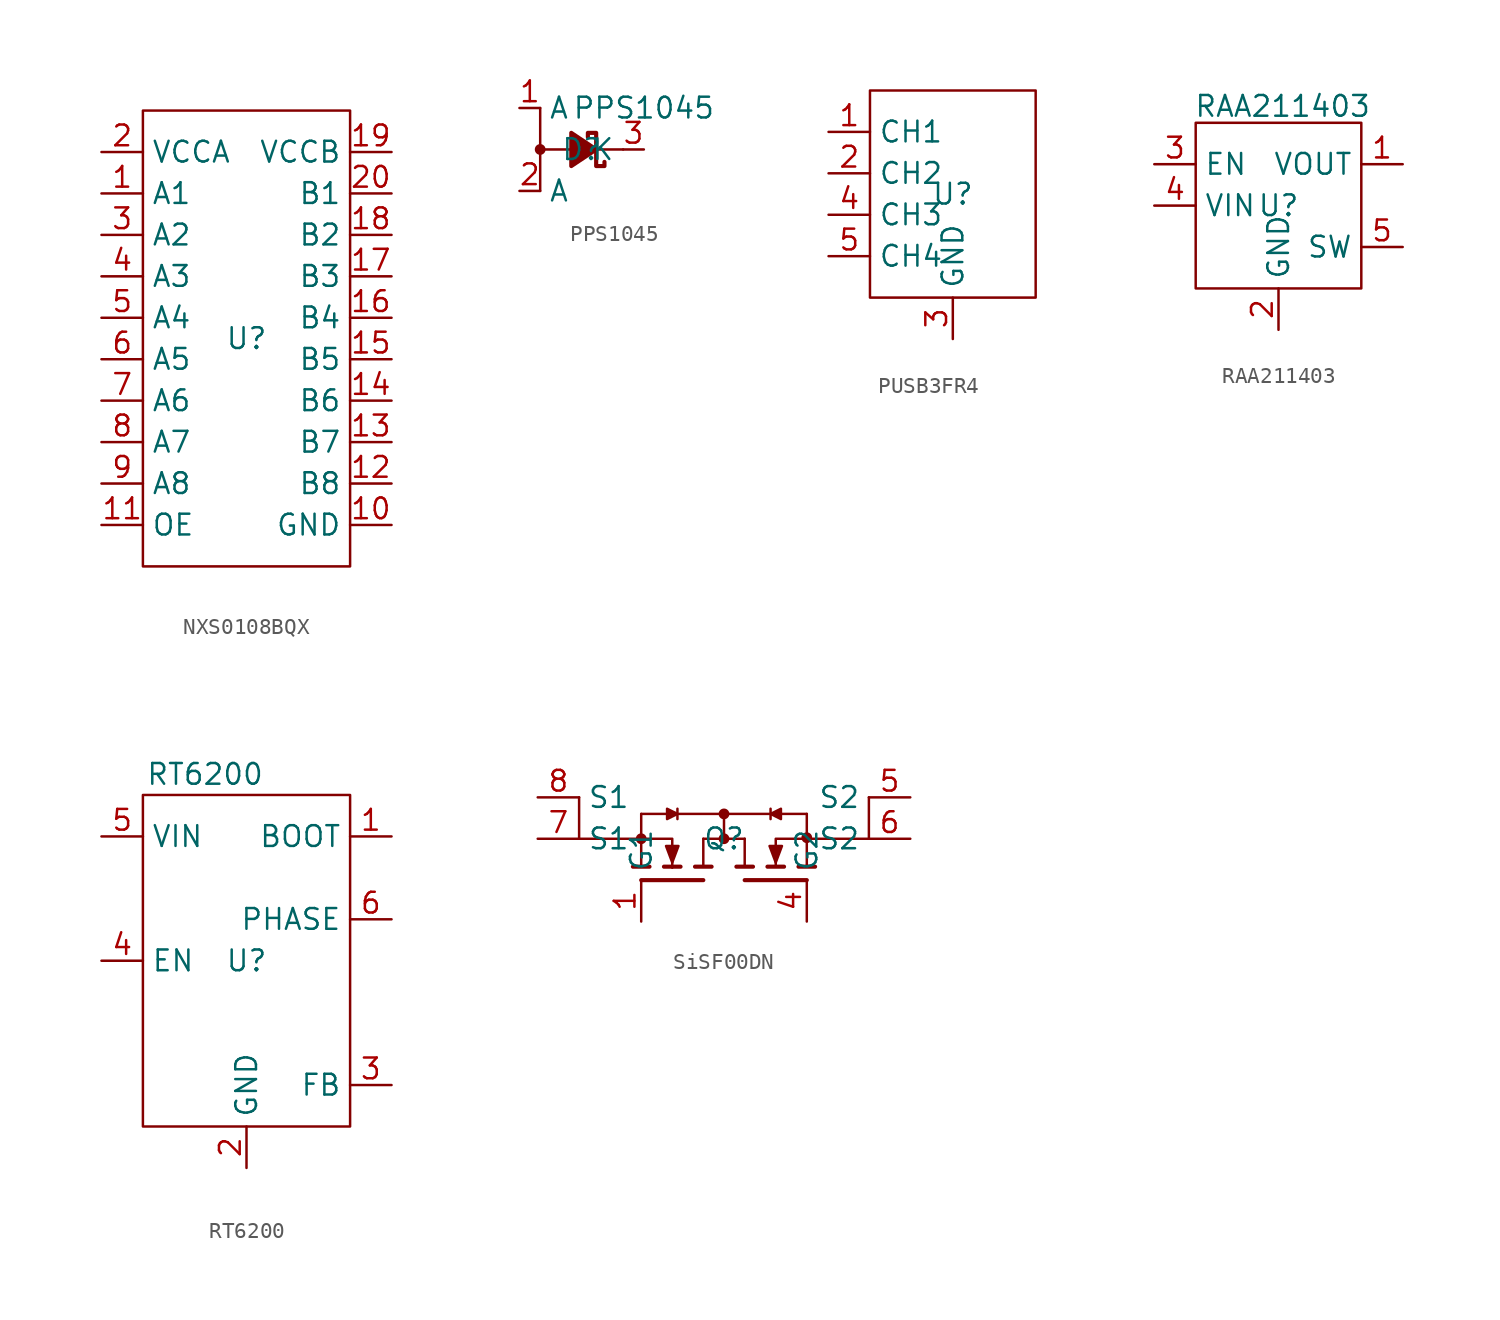
<source format=kicad_sym>
(kicad_symbol_lib
  (version 20231120)
  (generator "kicad_symbol_editor")
  (generator_version "8.0")
  (symbol "NXS0108BQX"
    (property "Reference" "U"
      (at 0 0 0)
      (effects (font (size 1.27 1.27))))
    (property "Value" ""
      (at 0 -1.27 0)
      (effects (font (size 1.27 1.27))))
    (symbol "NXS0108BQX_0_1"
      (rectangle (start -6.35 13.97) (end 6.35 -13.97) (stroke (width 0) (type default)) (fill (type none))))
    (symbol "NXS0108BQX_1_1"
      (pin input line (at -8.89 8.89 0) (length 2.54) (name "A1" (effects (font (size 1.27 1.27)))) (number "1" (effects (font (size 1.27 1.27)))))
      (pin input line (at 8.89 -11.43 180) (length 2.54) (name "GND" (effects (font (size 1.27 1.27)))) (number "10" (effects (font (size 1.27 1.27)))))
      (pin input line (at -8.89 -11.43 0) (length 2.54) (name "OE" (effects (font (size 1.27 1.27)))) (number "11" (effects (font (size 1.27 1.27)))))
      (pin input line (at 8.89 -8.89 180) (length 2.54) (name "B8" (effects (font (size 1.27 1.27)))) (number "12" (effects (font (size 1.27 1.27)))))
      (pin input line (at 8.89 -6.35 180) (length 2.54) (name "B7" (effects (font (size 1.27 1.27)))) (number "13" (effects (font (size 1.27 1.27)))))
      (pin input line (at 8.89 -3.81 180) (length 2.54) (name "B6" (effects (font (size 1.27 1.27)))) (number "14" (effects (font (size 1.27 1.27)))))
      (pin input line (at 8.89 -1.27 180) (length 2.54) (name "B5" (effects (font (size 1.27 1.27)))) (number "15" (effects (font (size 1.27 1.27)))))
      (pin input line (at 8.89 1.27 180) (length 2.54) (name "B4" (effects (font (size 1.27 1.27)))) (number "16" (effects (font (size 1.27 1.27)))))
      (pin input line (at 8.89 3.81 180) (length 2.54) (name "B3" (effects (font (size 1.27 1.27)))) (number "17" (effects (font (size 1.27 1.27)))))
      (pin input line (at 8.89 6.35 180) (length 2.54) (name "B2" (effects (font (size 1.27 1.27)))) (number "18" (effects (font (size 1.27 1.27)))))
      (pin input line (at 8.89 11.43 180) (length 2.54) (name "VCCB" (effects (font (size 1.27 1.27)))) (number "19" (effects (font (size 1.27 1.27)))))
      (pin input line (at -8.89 11.43 0) (length 2.54) (name "VCCA" (effects (font (size 1.27 1.27)))) (number "2" (effects (font (size 1.27 1.27)))))
      (pin input line (at 8.89 8.89 180) (length 2.54) (name "B1" (effects (font (size 1.27 1.27)))) (number "20" (effects (font (size 1.27 1.27)))))
      (pin input line (at -8.89 6.35 0) (length 2.54) (name "A2" (effects (font (size 1.27 1.27)))) (number "3" (effects (font (size 1.27 1.27)))))
      (pin input line (at -8.89 3.81 0) (length 2.54) (name "A3" (effects (font (size 1.27 1.27)))) (number "4" (effects (font (size 1.27 1.27)))))
      (pin input line (at -8.89 1.27 0) (length 2.54) (name "A4" (effects (font (size 1.27 1.27)))) (number "5" (effects (font (size 1.27 1.27)))))
      (pin input line (at -8.89 -1.27 0) (length 2.54) (name "A5" (effects (font (size 1.27 1.27)))) (number "6" (effects (font (size 1.27 1.27)))))
      (pin input line (at -8.89 -3.81 0) (length 2.54) (name "A6" (effects (font (size 1.27 1.27)))) (number "7" (effects (font (size 1.27 1.27)))))
      (pin input line (at -8.89 -6.35 0) (length 2.54) (name "A7" (effects (font (size 1.27 1.27)))) (number "8" (effects (font (size 1.27 1.27)))))
      (pin input line (at -8.89 -8.89 0) (length 2.54) (name "A8" (effects (font (size 1.27 1.27)))) (number "9" (effects (font (size 1.27 1.27)))))))
  (symbol "PPS1045"
    (property "Reference" "D"
      (at 0 0 0)
      (effects (font (size 1.27 1.27))))
    (property "Value" "PPS1045"
      (at 3.81 2.54 0)
      (effects (font (size 1.27 1.27))))
    (symbol "PPS1045_0_1"
      (polyline (pts (xy 0.889 0) (xy -0.635 0)) (stroke (width 0) (type default)) (fill (type none)))
      (polyline (pts (xy 2.54 0) (xy 0 0)) (stroke (width 0) (type default)) (fill (type none)))
      (polyline (pts (xy -2.54 -2.54) (xy -2.54 2.54) (xy -2.54 0) (xy 0 0)) (stroke (width 0) (type default)) (fill (type none)))
      (polyline (pts (xy -0.635 1.016) (xy 0.889 0) (xy -0.635 -1.016) (xy -0.635 1.016)) (stroke (width 0.254) (type default)) (fill (type outline)))
      (polyline (pts (xy 1.397 -0.762) (xy 1.397 -1.016) (xy 0.889 -1.016) (xy 0.889 1.016) (xy 0.381 1.016) (xy 0.381 0.762)) (stroke (width 0.254) (type default)) (fill (type none))))
    (symbol "PPS1045_1_1"
      (circle (center -2.54 0) (radius 0.254) (stroke (width 0) (type default)) (fill (type outline)))
      (pin passive line (at -3.81 2.54 0) (length 1.27) (name "A" (effects (font (size 1.27 1.27)))) (number "1" (effects (font (size 1.27 1.27)))))
      (pin passive line (at -3.81 -2.54 0) (length 1.27) (name "A" (effects (font (size 1.27 1.27)))) (number "2" (effects (font (size 1.27 1.27)))))
      (pin passive line (at 3.81 0 180) (length 1.27) (name "K" (effects (font (size 1.27 1.27)))) (number "3" (effects (font (size 1.27 1.27)))))))
  (symbol "PUSB3FR4"
    (property "Reference" "U"
      (at 0 0 0)
      (effects (font (size 1.27 1.27))))
    (property "Value" ""
      (at -2.54 2.54 0)
      (effects (font (size 1.27 1.27))))
    (symbol "PUSB3FR4_0_1"
      (rectangle (start -5.08 6.35) (end 5.08 -6.35) (stroke (width 0) (type default)) (fill (type none))))
    (symbol "PUSB3FR4_1_1"
      (pin input line (at -7.62 3.81 0) (length 2.54) (name "CH1" (effects (font (size 1.27 1.27)))) (number "1" (effects (font (size 1.27 1.27)))))
      (pin no_connect line (at -7.62 3.81 0) (length 2.54) hide (name "NC" (effects (font (size 1.27 1.27)))) (number "10" (effects (font (size 1.27 1.27)))))
      (pin input line (at -7.62 1.27 0) (length 2.54) (name "CH2" (effects (font (size 1.27 1.27)))) (number "2" (effects (font (size 1.27 1.27)))))
      (pin input line (at 0 -8.89 90) (length 2.54) (name "GND" (effects (font (size 1.27 1.27)))) (number "3" (effects (font (size 1.27 1.27)))))
      (pin input line (at -7.62 -1.27 0) (length 2.54) (name "CH3" (effects (font (size 1.27 1.27)))) (number "4" (effects (font (size 1.27 1.27)))))
      (pin input line (at -7.62 -3.81 0) (length 2.54) (name "CH4" (effects (font (size 1.27 1.27)))) (number "5" (effects (font (size 1.27 1.27)))))
      (pin no_connect line (at -7.62 -3.81 0) (length 2.54) hide (name "NC" (effects (font (size 1.27 1.27)))) (number "6" (effects (font (size 1.27 1.27)))))
      (pin no_connect line (at -7.62 -1.27 0) (length 2.54) hide (name "NC" (effects (font (size 1.27 1.27)))) (number "7" (effects (font (size 1.27 1.27)))))
      (pin input line (at 0 -8.89 90) (length 2.54) hide (name "GND" (effects (font (size 1.27 1.27)))) (number "8" (effects (font (size 1.27 1.27)))))
      (pin no_connect line (at -7.62 1.27 0) (length 2.54) hide (name "NC" (effects (font (size 1.27 1.27)))) (number "9" (effects (font (size 1.27 1.27)))))))
  (symbol "RAA211403"
    (property "Reference" "U"
      (at 0 0 0)
      (effects (font (size 1.27 1.27))))
    (property "Value" "RAA211403"
      (at 0.254 6.096 0)
      (effects (font (size 1.27 1.27))))
    (symbol "RAA211403_0_1"
      (rectangle (start -5.08 5.08) (end 5.08 -5.08) (stroke (width 0) (type default)) (fill (type none))))
    (symbol "RAA211403_1_1"
      (pin output line (at 7.62 2.54 180) (length 2.54) (name "VOUT" (effects (font (size 1.27 1.27)))) (number "1" (effects (font (size 1.27 1.27)))))
      (pin output line (at 0 -7.62 90) (length 2.54) (name "GND" (effects (font (size 1.27 1.27)))) (number "2" (effects (font (size 1.27 1.27)))))
      (pin input line (at -7.62 2.54 0) (length 2.54) (name "EN" (effects (font (size 1.27 1.27)))) (number "3" (effects (font (size 1.27 1.27)))))
      (pin input line (at -7.62 0 0) (length 2.54) (name "VIN" (effects (font (size 1.27 1.27)))) (number "4" (effects (font (size 1.27 1.27)))))
      (pin unspecified line (at 7.62 -2.54 180) (length 2.54) (name "SW" (effects (font (size 1.27 1.27)))) (number "5" (effects (font (size 1.27 1.27)))))))
  (symbol "RT6200"
    (property "Reference" "U"
      (at 0 0 0)
      (effects (font (size 1.27 1.27))))
    (property "Value" "RT6200"
      (at -2.54 11.43 0)
      (effects (font (size 1.27 1.27))))
    (symbol "RT6200_0_1"
      (rectangle (start -6.35 10.16) (end 6.35 -10.16) (stroke (width 0) (type default)) (fill (type none))))
    (symbol "RT6200_1_1"
      (pin input line (at 8.89 7.62 180) (length 2.54) (name "BOOT" (effects (font (size 1.27 1.27)))) (number "1" (effects (font (size 1.27 1.27)))))
      (pin input line (at 0 -12.7 90) (length 2.54) (name "GND" (effects (font (size 1.27 1.27)))) (number "2" (effects (font (size 1.27 1.27)))))
      (pin input line (at 8.89 -7.62 180) (length 2.54) (name "FB" (effects (font (size 1.27 1.27)))) (number "3" (effects (font (size 1.27 1.27)))))
      (pin input line (at -8.89 0 0) (length 2.54) (name "EN" (effects (font (size 1.27 1.27)))) (number "4" (effects (font (size 1.27 1.27)))))
      (pin input line (at -8.89 7.62 0) (length 2.54) (name "VIN" (effects (font (size 1.27 1.27)))) (number "5" (effects (font (size 1.27 1.27)))))
      (pin input line (at 8.89 2.54 180) (length 2.54) (name "PHASE" (effects (font (size 1.27 1.27)))) (number "6" (effects (font (size 1.27 1.27)))))))
  (symbol "SiSF00DN"
    (property "Reference" "Q"
      (at 0 0 0)
      (effects (font (size 1.27 1.27))))
    (property "Value" ""
      (at 5.207 2.159 90)
      (effects (font (size 1.27 1.27))))
    (symbol "SiSF00DN_0_1"
      (circle (center -5.08 0) (radius 0.254) (stroke (width 0) (type default)) (fill (type outline)))
      (polyline (pts (xy -5.08 0) (xy -5.08 1.524)) (stroke (width 0) (type default)) (fill (type none)))
      (polyline (pts (xy -5.08 0.064) (xy -5.08 -1.714)) (stroke (width 0) (type default)) (fill (type none)))
      (polyline (pts (xy -4.572 -1.714) (xy -5.588 -1.714)) (stroke (width 0.254) (type default)) (fill (type none)))
      (polyline (pts (xy -2.667 -1.714) (xy -3.683 -1.714)) (stroke (width 0.254) (type default)) (fill (type none)))
      (polyline (pts (xy -1.27 -2.54) (xy -5.08 -2.54)) (stroke (width 0.254) (type default)) (fill (type none)))
      (polyline (pts (xy -1.27 0) (xy -1.27 -1.714)) (stroke (width 0) (type default)) (fill (type none)))
      (polyline (pts (xy -1.27 0) (xy 1.27 0)) (stroke (width 0) (type default)) (fill (type none)))
      (polyline (pts (xy -0.762 -1.714) (xy -1.778 -1.714)) (stroke (width 0.254) (type default)) (fill (type none)))
      (polyline (pts (xy 0 0) (xy 0 1.524)) (stroke (width 0) (type default)) (fill (type none)))
      (polyline (pts (xy 0.762 -1.714) (xy 1.778 -1.714)) (stroke (width 0.254) (type default)) (fill (type none)))
      (polyline (pts (xy 1.27 -2.54) (xy 5.08 -2.54)) (stroke (width 0.254) (type default)) (fill (type none)))
      (polyline (pts (xy 1.27 -1.714) (xy 1.27 0)) (stroke (width 0) (type default)) (fill (type none)))
      (polyline (pts (xy 2.667 -1.714) (xy 3.683 -1.714)) (stroke (width 0.254) (type default)) (fill (type none)))
      (polyline (pts (xy 4.572 -1.714) (xy 5.588 -1.714)) (stroke (width 0.254) (type default)) (fill (type none)))
      (polyline (pts (xy 5.08 -1.714) (xy 5.08 0.064)) (stroke (width 0) (type default)) (fill (type none)))
      (polyline (pts (xy 5.08 0) (xy 5.08 1.524)) (stroke (width 0) (type default)) (fill (type none)))
      (polyline (pts (xy -5.08 0) (xy -3.175 0) (xy -3.175 -1.778)) (stroke (width 0) (type default)) (fill (type none)))
      (polyline (pts (xy 5.08 0) (xy 3.175 0) (xy 3.175 -1.714)) (stroke (width 0) (type default)) (fill (type none)))
      (polyline (pts (xy -3.175 -1.46) (xy -2.794 -0.445) (xy -3.556 -0.445) (xy -3.175 -1.46)) (stroke (width 0) (type default)) (fill (type outline)))
      (polyline (pts (xy 3.175 -1.46) (xy 2.794 -0.445) (xy 3.556 -0.445) (xy 3.175 -1.46)) (stroke (width 0) (type default)) (fill (type outline)))
      (circle (center 0 0) (radius 0.254) (stroke (width 0) (type default)) (fill (type outline)))
      (circle (center 0 1.524) (radius 0.254) (stroke (width 0) (type default)) (fill (type outline)))
      (circle (center 5.08 0.064) (radius 0.254) (stroke (width 0) (type default)) (fill (type outline))))
    (symbol "SiSF00DN_1_1"
      (polyline (pts (xy -3.493 1.524) (xy -5.08 1.524)) (stroke (width 0) (type default)) (fill (type none)))
      (polyline (pts (xy -2.857 1.206) (xy -2.857 1.841)) (stroke (width 0) (type default)) (fill (type none)))
      (polyline (pts (xy 0 1.524) (xy -2.857 1.524)) (stroke (width 0) (type default)) (fill (type none)))
      (polyline (pts (xy 2.857 1.206) (xy 2.857 1.841)) (stroke (width 0) (type default)) (fill (type none)))
      (polyline (pts (xy 2.857 1.524) (xy 0 1.524)) (stroke (width 0) (type default)) (fill (type none)))
      (polyline (pts (xy 5.08 1.524) (xy 3.493 1.524)) (stroke (width 0) (type default)) (fill (type none)))
      (polyline (pts (xy -5.08 0) (xy -8.89 0) (xy -8.89 2.54)) (stroke (width 0) (type default)) (fill (type none)))
      (polyline (pts (xy 5.08 0) (xy 8.89 0) (xy 8.89 2.54)) (stroke (width 0) (type default)) (fill (type none)))
      (polyline (pts (xy -3.493 1.206) (xy -3.493 1.841) (xy -2.857 1.524) (xy -3.493 1.206)) (stroke (width 0) (type default)) (fill (type outline)))
      (polyline (pts (xy 3.493 1.206) (xy 3.493 1.841) (xy 2.857 1.524) (xy 3.493 1.206)) (stroke (width 0) (type default)) (fill (type outline)))
      (pin input line (at -5.08 -5.08 90) (length 2.54) (name "G1" (effects (font (size 1.27 1.27)))) (number "1" (effects (font (size 1.27 1.27)))))
      (pin no_connect line (at -1.27 6.35 270) (length 2.54) hide (name "D1" (effects (font (size 1.27 1.27)))) (number "2" (effects (font (size 1.27 1.27)))))
      (pin no_connect line (at 1.27 6.35 270) (length 2.54) hide (name "D2" (effects (font (size 1.27 1.27)))) (number "3" (effects (font (size 1.27 1.27)))))
      (pin input line (at 5.08 -5.08 90) (length 2.54) (name "G2" (effects (font (size 1.27 1.27)))) (number "4" (effects (font (size 1.27 1.27)))))
      (pin input line (at 11.43 2.54 180) (length 2.54) (name "S2" (effects (font (size 1.27 1.27)))) (number "5" (effects (font (size 1.27 1.27)))))
      (pin input line (at 11.43 0 180) (length 2.54) (name "S2" (effects (font (size 1.27 1.27)))) (number "6" (effects (font (size 1.27 1.27)))))
      (pin input line (at -11.43 0 0) (length 2.54) (name "S1" (effects (font (size 1.27 1.27)))) (number "7" (effects (font (size 1.27 1.27)))))
      (pin input line (at -11.43 2.54 0) (length 2.54) (name "S1" (effects (font (size 1.27 1.27)))) (number "8" (effects (font (size 1.27 1.27))))))))
</source>
